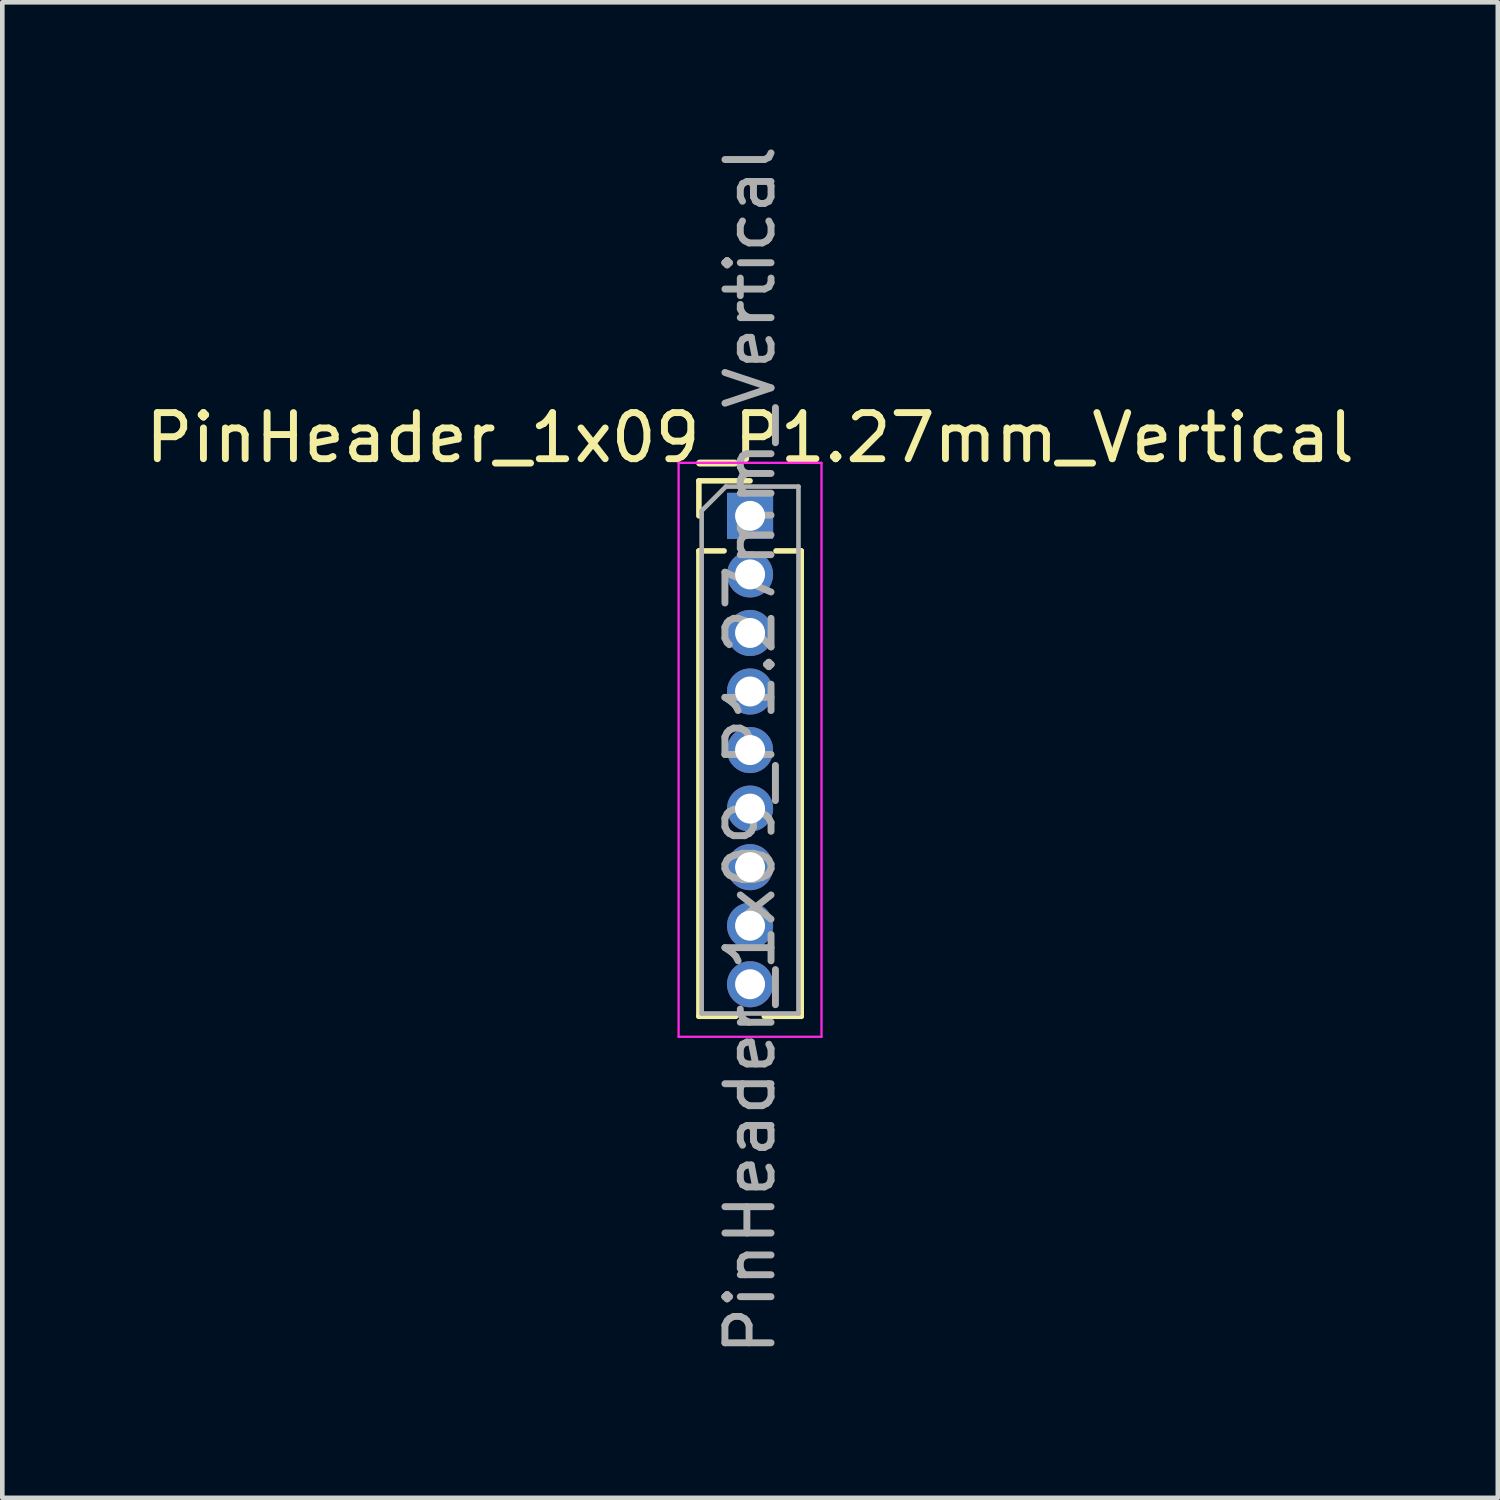
<source format=kicad_pcb>
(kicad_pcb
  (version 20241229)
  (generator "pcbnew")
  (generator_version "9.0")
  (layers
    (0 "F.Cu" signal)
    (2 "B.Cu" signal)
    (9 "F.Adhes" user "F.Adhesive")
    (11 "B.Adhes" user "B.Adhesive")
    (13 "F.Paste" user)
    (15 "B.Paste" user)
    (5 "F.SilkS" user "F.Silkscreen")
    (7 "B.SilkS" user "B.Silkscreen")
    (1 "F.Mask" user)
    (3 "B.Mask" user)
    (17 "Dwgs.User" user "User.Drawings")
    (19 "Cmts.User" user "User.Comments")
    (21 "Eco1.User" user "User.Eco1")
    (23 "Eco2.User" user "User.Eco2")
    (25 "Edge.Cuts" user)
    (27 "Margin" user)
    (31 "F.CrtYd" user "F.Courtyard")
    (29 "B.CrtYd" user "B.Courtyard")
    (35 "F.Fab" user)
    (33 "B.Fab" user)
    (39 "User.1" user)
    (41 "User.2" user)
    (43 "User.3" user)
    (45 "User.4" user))
  (footprint "PinHeader_1x09_P1.27mm_Vertical"
    (layer "F.Cu")
    (at 13.22 8.14)
    (property "Reference" "PinHeader_1x09_P1.27mm_Vertical" (at 0 -1.695 0) (layer "F.SilkS") (effects (font (size 1 1) (thickness 0.15))))
    (attr through_hole)
    (fp_line (start -1.11 -0.76) (end 0 -0.76) (stroke (width 0.12) (type solid)) (layer "F.SilkS"))
    (fp_line (start -1.11 0) (end -1.11 -0.76) (stroke (width 0.12) (type solid)) (layer "F.SilkS"))
    (fp_line (start -1.11 0.76) (end -1.11 10.855) (stroke (width 0.12) (type solid)) (layer "F.SilkS"))
    (fp_line (start -1.11 0.76) (end -0.563 0.76) (stroke (width 0.12) (type solid)) (layer "F.SilkS"))
    (fp_line (start -1.11 10.855) (end -0.308 10.855) (stroke (width 0.12) (type solid)) (layer "F.SilkS"))
    (fp_line (start 0.308 10.855) (end 1.11 10.855) (stroke (width 0.12) (type solid)) (layer "F.SilkS"))
    (fp_line (start 0.563 0.76) (end 1.11 0.76) (stroke (width 0.12) (type solid)) (layer "F.SilkS"))
    (fp_line (start 1.11 0.76) (end 1.11 10.855) (stroke (width 0.12) (type solid)) (layer "F.SilkS"))
    (fp_line (start -1.55 -1.15) (end -1.55 11.3) (stroke (width 0.05) (type solid)) (layer "F.CrtYd"))
    (fp_line (start -1.55 11.3) (end 1.55 11.3) (stroke (width 0.05) (type solid)) (layer "F.CrtYd"))
    (fp_line (start 1.55 -1.15) (end -1.55 -1.15) (stroke (width 0.05) (type solid)) (layer "F.CrtYd"))
    (fp_line (start 1.55 11.3) (end 1.55 -1.15) (stroke (width 0.05) (type solid)) (layer "F.CrtYd"))
    (fp_line (start -1.05 -0.11) (end -0.525 -0.635) (stroke (width 0.1) (type solid)) (layer "F.Fab"))
    (fp_line (start -1.05 10.795) (end -1.05 -0.11) (stroke (width 0.1) (type solid)) (layer "F.Fab"))
    (fp_line (start -0.525 -0.635) (end 1.05 -0.635) (stroke (width 0.1) (type solid)) (layer "F.Fab"))
    (fp_line (start 1.05 -0.635) (end 1.05 10.795) (stroke (width 0.1) (type solid)) (layer "F.Fab"))
    (fp_line (start 1.05 10.795) (end -1.05 10.795) (stroke (width 0.1) (type solid)) (layer "F.Fab"))
    (fp_text user "${REFERENCE}" (at 0 5.08 90) (layer "F.Fab") (effects (font (size 1 1) (thickness 0.15))))
    (pad "1" thru_hole rect (at 0 0) (size 1 1) (drill 0.65) (layers "*.Cu" "*.Mask"))
    (pad "2" thru_hole oval (at 0 1.27) (size 1 1) (drill 0.65) (layers "*.Cu" "*.Mask"))
    (pad "3" thru_hole oval (at 0 2.54) (size 1 1) (drill 0.65) (layers "*.Cu" "*.Mask"))
    (pad "4" thru_hole oval (at 0 3.81) (size 1 1) (drill 0.65) (layers "*.Cu" "*.Mask"))
    (pad "5" thru_hole oval (at 0 5.08) (size 1 1) (drill 0.65) (layers "*.Cu" "*.Mask"))
    (pad "6" thru_hole oval (at 0 6.35) (size 1 1) (drill 0.65) (layers "*.Cu" "*.Mask"))
    (pad "7" thru_hole oval (at 0 7.62) (size 1 1) (drill 0.65) (layers "*.Cu" "*.Mask"))
    (pad "8" thru_hole oval (at 0 8.89) (size 1 1) (drill 0.65) (layers "*.Cu" "*.Mask"))
    (pad "9" thru_hole oval (at 0 10.16) (size 1 1) (drill 0.65) (layers "*.Cu" "*.Mask")))
  (gr_rect
    (start -3 -3)
    (end 29.44 29.44)
    (stroke (width 0.1) (type default))
    (fill no)
    (layer "Edge.Cuts")))
</source>
